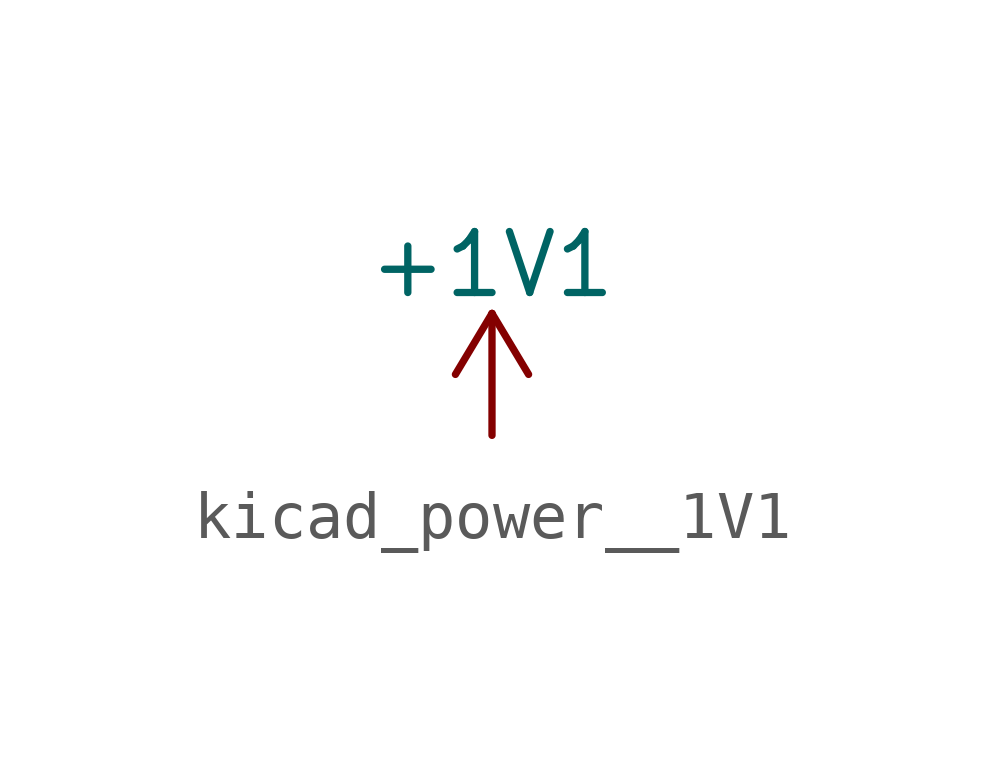
<source format=kicad_sym>
(kicad_symbol_lib
  (version 20220914)
  (generator kicad_symbol_editor)
  (symbol "kicad_power__1V1"
    (power)
    (pin_names
      (offset 0))
    (property "Reference" "#PWR"
      (at 0 -3.81 0)
      (effects (font (size 1.27 1.27)) hide))
    (property "Value" "+1V1"
      (at 0 3.556 0)
      (effects (font (size 1.27 1.27))))
    (symbol "kicad_power__1V1_0_1"
      (polyline (pts (xy -0.762 1.27) (xy 0 2.54)) (stroke (width 0) (type default)) (fill (type none)))
      (polyline (pts (xy 0 0) (xy 0 2.54)) (stroke (width 0) (type default)) (fill (type none)))
      (polyline (pts (xy 0 2.54) (xy 0.762 1.27)) (stroke (width 0) (type default)) (fill (type none))))
    (symbol "kicad_power__1V1_1_1"
      (pin power_in line (at 0 0 90) (length 0) hide (name "+1V1" (effects (font (size 1.27 1.27)))) (number "1" (effects (font (size 1.27 1.27))))))))
</source>
